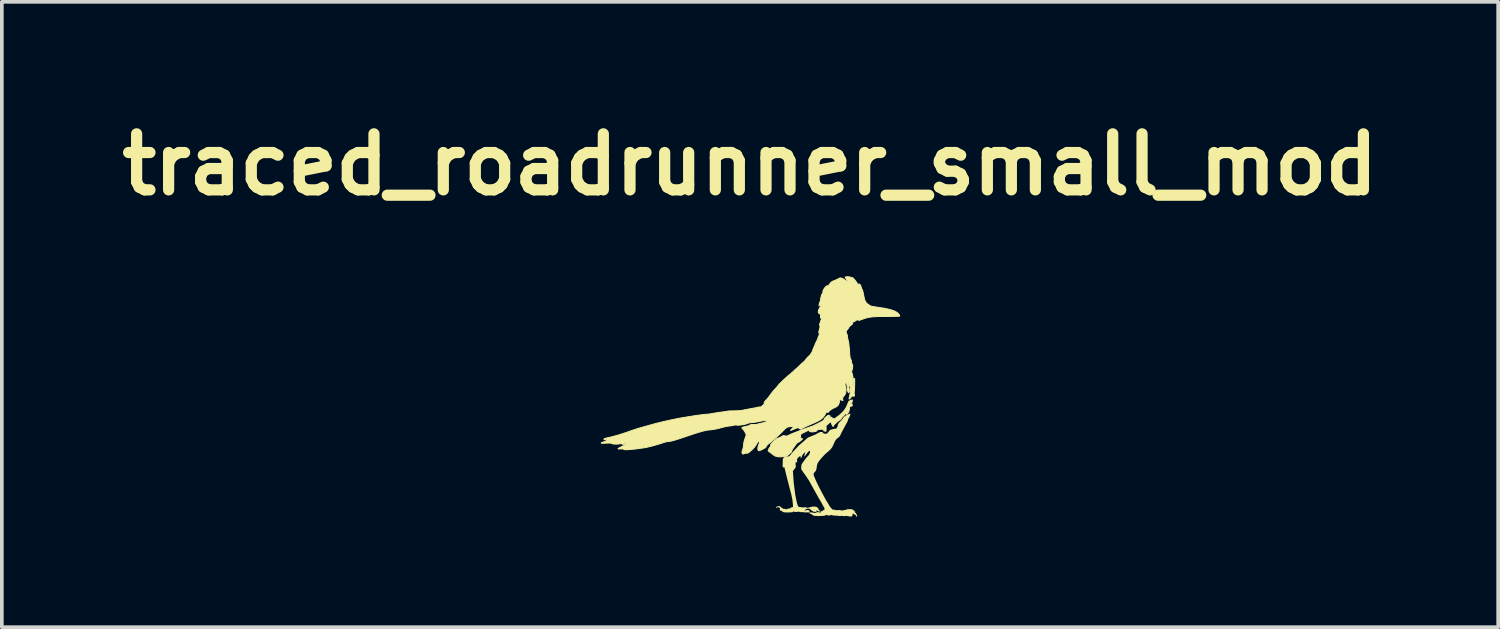
<source format=kicad_pcb>
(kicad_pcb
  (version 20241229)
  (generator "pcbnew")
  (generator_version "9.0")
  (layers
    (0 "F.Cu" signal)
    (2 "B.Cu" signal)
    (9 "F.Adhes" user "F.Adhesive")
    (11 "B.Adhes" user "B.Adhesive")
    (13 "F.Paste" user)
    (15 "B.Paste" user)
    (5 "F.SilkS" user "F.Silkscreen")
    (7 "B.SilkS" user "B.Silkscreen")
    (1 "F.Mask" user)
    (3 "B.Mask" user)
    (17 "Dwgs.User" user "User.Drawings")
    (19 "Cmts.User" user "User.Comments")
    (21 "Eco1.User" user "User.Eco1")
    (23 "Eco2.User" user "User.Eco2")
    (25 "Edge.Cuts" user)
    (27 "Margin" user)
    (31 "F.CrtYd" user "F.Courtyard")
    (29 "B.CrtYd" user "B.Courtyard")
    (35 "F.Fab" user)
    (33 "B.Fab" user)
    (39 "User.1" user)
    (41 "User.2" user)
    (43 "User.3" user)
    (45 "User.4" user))
  (footprint "traced_roadrunner_small_mod"
    (layer "F.Cu")
    (at 17.359 7.746)
    (property "Reference" "traced_roadrunner_small_mod" (at 0 -6.319 0) (layer "F.SilkS") (effects (font (size 1.524 1.524) (thickness 0.305))))
    (attr smd)
    (fp_poly (pts (xy 2.817 -2.369) (xy 2.828 -2.414) (xy 2.82 -2.463) (xy 2.804 -2.437) (xy 2.796 -2.405) (xy 2.784 -2.386) (xy 2.77 -2.365) (xy 2.788 -2.357) (xy 2.817 -2.369) (xy 2.817 -2.369)) (stroke (width 0.026) (type solid)) (fill yes) (layer "F.SilkS"))
    (fp_poly (pts (xy 2.364 -2.361) (xy 2.408 -2.371) (xy 2.458 -2.376) (xy 2.513 -2.383) (xy 2.548 -2.408) (xy 2.573 -2.459) (xy 2.592 -2.507) (xy 2.562 -2.537) (xy 2.539 -2.556) (xy 2.51 -2.564) (xy 2.465 -2.564) (xy 2.393 -2.555) (xy 2.324 -2.54) (xy 2.276 -2.519) (xy 2.251 -2.491) (xy 2.248 -2.458) (xy 2.238 -2.426) (xy 2.223 -2.387) (xy 2.211 -2.349) (xy 2.211 -2.324) (xy 2.229 -2.317) (xy 2.273 -2.328) (xy 2.364 -2.361) (xy 2.364 -2.361)) (stroke (width 0.026) (type solid)) (fill yes) (layer "F.SilkS"))
    (fp_poly (pts (xy 1.429 0.889) (xy 1.451 0.882) (xy 1.469 0.878) (xy 1.503 0.868) (xy 1.573 0.844) (xy 1.625 0.825) (xy 1.668 0.81) (xy 1.693 0.803) (xy 1.715 0.794) (xy 1.755 0.775) (xy 1.807 0.75) (xy 1.865 0.721) (xy 1.921 0.691) (xy 1.971 0.664) (xy 2.005 0.641) (xy 2.012 0.623) (xy 2.026 0.595) (xy 2.065 0.553) (xy 2.114 0.513) (xy 2.137 0.503) (xy 2.162 0.514) (xy 2.186 0.53) (xy 2.143 0.567) (xy 2.115 0.598) (xy 2.125 0.603) (xy 2.168 0.58) (xy 2.211 0.557) (xy 2.242 0.58) (xy 2.281 0.604) (xy 2.302 0.597) (xy 2.336 0.577) (xy 2.378 0.547) (xy 2.425 0.511) (xy 2.47 0.472) (xy 2.512 0.434) (xy 2.547 0.396) (xy 2.576 0.36) (xy 2.601 0.321) (xy 2.627 0.273) (xy 2.65 0.225) (xy 2.666 0.186) (xy 2.672 0.165) (xy 2.689 0.128) (xy 2.736 0.1) (xy 2.783 0.086) (xy 2.787 0.107) (xy 2.768 0.163) (xy 2.773 0.208) (xy 2.788 0.241) (xy 2.753 0.257) (xy 2.715 0.268) (xy 2.706 0.319) (xy 2.698 0.373) (xy 2.68 0.423) (xy 2.653 0.462) (xy 2.627 0.481) (xy 2.621 0.47) (xy 2.638 0.432) (xy 2.653 0.389) (xy 2.624 0.427) (xy 2.608 0.449) (xy 2.58 0.482) (xy 2.542 0.522) (xy 2.5 0.564) (xy 2.47 0.609) (xy 2.426 0.644) (xy 2.382 0.673) (xy 2.35 0.701) (xy 2.328 0.726) (xy 2.303 0.743) (xy 2.276 0.78) (xy 2.268 0.807) (xy 2.251 0.8) (xy 2.233 0.763) (xy 2.211 0.704) (xy 2.191 0.682) (xy 2.172 0.696) (xy 2.136 0.729) (xy 2.097 0.764) (xy 2.072 0.785) (xy 2.065 0.822) (xy 2.074 0.853) (xy 2.069 0.879) (xy 2.07 0.917) (xy 2.066 0.939) (xy 2.045 0.934) (xy 2.015 0.93) (xy 1.998 0.901) (xy 1.986 0.886) (xy 1.927 0.885) (xy 1.863 0.89) (xy 1.835 0.9) (xy 1.822 0.922) (xy 1.79 0.945) (xy 1.754 0.949) (xy 1.7 0.958) (xy 1.666 0.953) (xy 1.641 0.95) (xy 1.618 0.951) (xy 1.632 0.921) (xy 1.644 0.897) (xy 1.605 0.909) (xy 1.546 0.933) (xy 1.508 0.952) (xy 1.484 0.966) (xy 1.447 0.982) (xy 1.411 0.999) (xy 1.391 1.018) (xy 1.37 1.057) (xy 1.377 1.089) (xy 1.384 1.123) (xy 1.376 1.148) (xy 1.4 1.142) (xy 1.431 1.142) (xy 1.41 1.169) (xy 1.386 1.189) (xy 1.357 1.213) (xy 1.33 1.232) (xy 1.308 1.24) (xy 1.281 1.258) (xy 1.239 1.308) (xy 1.215 1.346) (xy 1.199 1.368) (xy 1.184 1.385) (xy 1.167 1.411) (xy 1.142 1.457) (xy 1.128 1.495) (xy 1.12 1.515) (xy 1.083 1.545) (xy 1.054 1.573) (xy 1.023 1.597) (xy 0.98 1.616) (xy 0.918 1.629) (xy 0.85 1.635) (xy 0.796 1.636) (xy 0.747 1.631) (xy 0.703 1.62) (xy 0.664 1.603) (xy 0.632 1.58) (xy 0.591 1.547) (xy 0.544 1.513) (xy 0.508 1.485) (xy 0.493 1.466) (xy 0.503 1.435) (xy 0.526 1.394) (xy 0.55 1.363) (xy 0.57 1.333) (xy 0.559 1.315) (xy 0.564 1.3) (xy 0.591 1.267) (xy 0.632 1.225) (xy 0.678 1.183) (xy 0.718 1.148) (xy 0.743 1.133) (xy 0.78 1.121) (xy 0.802 1.115) (xy 0.81 1.11) (xy 0.848 1.09) (xy 0.898 1.06) (xy 0.926 1.059) (xy 0.963 1.069) (xy 1.006 1.07) (xy 1.037 1.056) (xy 1.061 1.044) (xy 1.106 1.023) (xy 1.166 0.998) (xy 1.233 0.971) (xy 1.307 0.943) (xy 1.358 0.923) (xy 1.386 0.91) (xy 1.395 0.901) (xy 1.429 0.889)) (stroke (width 0.026) (type solid)) (fill yes) (layer "F.SilkS"))
    (fp_poly (pts (xy 2.735 0.453) (xy 2.685 0.475) (xy 2.641 0.492) (xy 2.603 0.512) (xy 2.566 0.539) (xy 2.53 0.58) (xy 2.511 0.61) (xy 2.479 0.646) (xy 2.442 0.685) (xy 2.409 0.724) (xy 2.389 0.76) (xy 2.39 0.79) (xy 2.364 0.847) (xy 2.339 0.87) (xy 2.32 0.871) (xy 2.274 0.877) (xy 2.22 0.889) (xy 2.174 0.909) (xy 2.141 0.948) (xy 2.112 0.984) (xy 2.099 1) (xy 2.065 1.007) (xy 2.002 1.001) (xy 1.98 0.967) (xy 1.95 0.959) (xy 1.904 0.962) (xy 1.848 0.989) (xy 1.808 1.013) (xy 1.793 1.023) (xy 1.576 1.112) (xy 1.326 1.33) (xy 1.309 1.349) (xy 1.266 1.395) (xy 1.213 1.451) (xy 1.165 1.503) (xy 1.139 1.534) (xy 1.117 1.565) (xy 1.086 1.6) (xy 1.059 1.621) (xy 1.028 1.621) (xy 0.991 1.621) (xy 0.948 1.631) (xy 0.913 1.66) (xy 0.893 1.697) (xy 0.892 1.725) (xy 0.89 1.789) (xy 0.889 1.86) (xy 0.888 1.908) (xy 0.913 1.927) (xy 0.938 1.919) (xy 0.941 1.936) (xy 0.948 1.97) (xy 0.96 2.02) (xy 0.975 2.081) (xy 0.992 2.15) (xy 1.011 2.226) (xy 1.031 2.303) (xy 1.051 2.38) (xy 1.07 2.454) (xy 1.087 2.521) (xy 1.102 2.579) (xy 1.114 2.623) (xy 1.121 2.652) (xy 1.124 2.663) (xy 1.143 2.75) (xy 1.156 2.82) (xy 1.166 2.92) (xy 1.17 2.97) (xy 1.165 3.001) (xy 1.142 3.011) (xy 1.114 3.012) (xy 1.107 3.026) (xy 1.104 3.036) (xy 1.08 3.035) (xy 1.073 3.04) (xy 1.043 3.048) (xy 1.035 3.042) (xy 1.019 3.047) (xy 1.006 3.063) (xy 0.998 3.059) (xy 0.981 3.064) (xy 0.98 3.06) (xy 0.964 3.059) (xy 0.947 3.052) (xy 0.929 3.049) (xy 0.914 3.049) (xy 0.902 3.054) (xy 0.897 3.044) (xy 0.887 3.033) (xy 0.876 3.031) (xy 0.87 3.021) (xy 0.86 3.018) (xy 0.851 3.02) (xy 0.845 3.006) (xy 0.832 2.993) (xy 0.812 2.98) (xy 0.794 2.976) (xy 0.766 2.977) (xy 0.743 2.985) (xy 0.722 2.996) (xy 0.71 3.011) (xy 0.704 3.024) (xy 0.706 3.037) (xy 0.713 3.025) (xy 0.725 3.017) (xy 0.744 3.01) (xy 0.767 3.008) (xy 0.794 3.012) (xy 0.811 3.027) (xy 0.819 3.04) (xy 0.813 3.046) (xy 0.811 3.059) (xy 0.811 3.072) (xy 0.813 3.084) (xy 0.827 3.099) (xy 0.855 3.1) (xy 0.869 3.114) (xy 0.88 3.126) (xy 0.904 3.136) (xy 0.919 3.144) (xy 0.944 3.147) (xy 0.969 3.145) (xy 0.987 3.149) (xy 1.002 3.152) (xy 1.031 3.146) (xy 1.044 3.148) (xy 1.08 3.149) (xy 1.098 3.143) (xy 1.116 3.146) (xy 1.151 3.143) (xy 1.178 3.131) (xy 1.184 3.117) (xy 1.195 3.125) (xy 1.213 3.132) (xy 1.259 3.137) (xy 1.295 3.132) (xy 1.316 3.124) (xy 1.339 3.133) (xy 1.369 3.138) (xy 1.407 3.144) (xy 1.413 3.133) (xy 1.441 3.144) (xy 1.466 3.142) (xy 1.488 3.147) (xy 1.528 3.149) (xy 1.565 3.144) (xy 1.583 3.152) (xy 1.609 3.148) (xy 1.616 3.14) (xy 1.619 3.125) (xy 1.625 3.118) (xy 1.616 3.103) (xy 1.596 3.085) (xy 1.566 3.08) (xy 1.539 3.082) (xy 1.516 3.092) (xy 1.502 3.101) (xy 1.495 3.115) (xy 1.492 3.1) (xy 1.499 3.084) (xy 1.513 3.067) (xy 1.537 3.053) (xy 1.564 3.044) (xy 1.596 3.043) (xy 1.618 3.049) (xy 1.64 3.064) (xy 1.655 3.079) (xy 1.663 3.095) (xy 1.674 3.092) (xy 1.685 3.096) (xy 1.691 3.107) (xy 1.705 3.109) (xy 1.717 3.123) (xy 1.722 3.135) (xy 1.736 3.128) (xy 1.754 3.128) (xy 1.775 3.132) (xy 1.794 3.14) (xy 1.801 3.136) (xy 1.809 3.122) (xy 1.813 3.089) (xy 1.856 3.112) (xy 1.875 3.123) (xy 1.893 3.121) (xy 1.902 3.128) (xy 1.908 3.127) (xy 1.904 3.113) (xy 1.886 3.084) (xy 1.863 3.063) (xy 1.833 3.042) (xy 1.85 3.045) (xy 1.879 3.059) (xy 1.855 3.03) (xy 1.828 3.009) (xy 1.799 2.994) (xy 1.77 2.989) (xy 1.744 2.99) (xy 1.737 2.985) (xy 1.708 2.993) (xy 1.702 2.985) (xy 1.667 3.002) (xy 1.664 2.995) (xy 1.633 3.009) (xy 1.633 3.004) (xy 1.602 3.017) (xy 1.599 3.013) (xy 1.556 3.021) (xy 1.554 3.017) (xy 1.526 3.019) (xy 1.522 3.004) (xy 1.489 3.013) (xy 1.483 3.007) (xy 1.45 3.014) (xy 1.447 3.01) (xy 1.401 3.011) (xy 1.4 3.004) (xy 1.323 2.999) (xy 1.291 2.938) (xy 1.272 2.863) (xy 1.254 2.782) (xy 1.23 2.657) (xy 1.19 2.342) (xy 1.167 2.022) (xy 1.185 2) (xy 1.22 1.955) (xy 1.246 1.914) (xy 1.244 1.871) (xy 1.239 1.81) (xy 1.248 1.77) (xy 1.281 1.798) (xy 1.282 1.738) (xy 1.276 1.707) (xy 1.288 1.686) (xy 1.321 1.644) (xy 1.372 1.609) (xy 1.376 1.645) (xy 1.384 1.679) (xy 1.414 1.629) (xy 1.425 1.591) (xy 1.45 1.555) (xy 1.489 1.519) (xy 1.51 1.503) (xy 1.5 1.525) (xy 1.484 1.576) (xy 1.48 1.629) (xy 1.499 1.61) (xy 1.525 1.574) (xy 1.557 1.532) (xy 1.592 1.492) (xy 1.629 1.465) (xy 1.632 1.519) (xy 1.626 1.538) (xy 1.601 1.588) (xy 1.567 1.622) (xy 1.525 1.671) (xy 1.483 1.726) (xy 1.444 1.779) (xy 1.414 1.824) (xy 1.4 1.851) (xy 1.396 1.882) (xy 1.393 1.93) (xy 1.392 1.964) (xy 1.407 1.994) (xy 1.436 2.035) (xy 1.46 2.07) (xy 1.484 2.105) (xy 1.499 2.124) (xy 1.601 2.274) (xy 1.835 2.695) (xy 1.87 2.757) (xy 1.909 2.823) (xy 1.958 2.907) (xy 1.997 2.984) (xy 2.026 3.022) (xy 2.024 3.048) (xy 2.028 3.064) (xy 2.017 3.086) (xy 1.984 3.086) (xy 1.976 3.102) (xy 1.973 3.115) (xy 1.945 3.114) (xy 1.917 3.126) (xy 1.914 3.147) (xy 1.914 3.171) (xy 1.903 3.165) (xy 1.892 3.147) (xy 1.878 3.132) (xy 1.87 3.133) (xy 1.859 3.146) (xy 1.849 3.141) (xy 1.814 3.146) (xy 1.812 3.141) (xy 1.797 3.155) (xy 1.766 3.163) (xy 1.722 3.156) (xy 1.679 3.149) (xy 1.655 3.144) (xy 1.628 3.15) (xy 1.616 3.155) (xy 1.619 3.169) (xy 1.635 3.187) (xy 1.667 3.188) (xy 1.683 3.204) (xy 1.696 3.218) (xy 1.725 3.23) (xy 1.742 3.239) (xy 1.771 3.243) (xy 1.799 3.24) (xy 1.821 3.245) (xy 1.854 3.249) (xy 1.888 3.243) (xy 1.903 3.245) (xy 1.945 3.246) (xy 1.965 3.239) (xy 1.987 3.243) (xy 2.028 3.239) (xy 2.059 3.225) (xy 2.066 3.209) (xy 2.079 3.218) (xy 2.1 3.226) (xy 2.154 3.231) (xy 2.195 3.226) (xy 2.22 3.216) (xy 2.246 3.228) (xy 2.281 3.233) (xy 2.326 3.24) (xy 2.332 3.228) (xy 2.364 3.24) (xy 2.394 3.238) (xy 2.419 3.244) (xy 2.465 3.246) (xy 2.509 3.24) (xy 2.53 3.249) (xy 2.583 3.248) (xy 2.614 3.24) (xy 2.641 3.246) (xy 2.691 3.254) (xy 2.742 3.262) (xy 2.779 3.252) (xy 2.784 3.23) (xy 2.792 3.214) (xy 2.797 3.176) (xy 2.847 3.203) (xy 2.872 3.223) (xy 2.89 3.244) (xy 2.902 3.264) (xy 2.915 3.271) (xy 2.915 3.244) (xy 2.903 3.204) (xy 2.882 3.17) (xy 2.856 3.145) (xy 2.821 3.122) (xy 2.841 3.125) (xy 2.875 3.142) (xy 2.846 3.108) (xy 2.815 3.083) (xy 2.781 3.065) (xy 2.747 3.059) (xy 2.717 3.06) (xy 2.709 3.055) (xy 2.675 3.064) (xy 2.669 3.055) (xy 2.627 3.075) (xy 2.624 3.067) (xy 2.588 3.083) (xy 2.589 3.077) (xy 2.552 3.092) (xy 2.549 3.087) (xy 2.499 3.097) (xy 2.496 3.092) (xy 2.463 3.094) (xy 2.459 3.078) (xy 2.421 3.087) (xy 2.414 3.081) (xy 2.375 3.088) (xy 2.372 3.085) (xy 2.319 3.085) (xy 2.317 3.078) (xy 2.245 3.069) (xy 2.178 2.995) (xy 2.13 2.913) (xy 2.075 2.826) (xy 1.996 2.68) (xy 1.991 2.672) (xy 1.979 2.649) (xy 1.959 2.613) (xy 1.935 2.567) (xy 1.906 2.512) (xy 1.875 2.451) (xy 1.843 2.386) (xy 1.811 2.32) (xy 1.781 2.254) (xy 1.755 2.19) (xy 1.732 2.131) (xy 1.73 2.094) (xy 1.748 2.065) (xy 1.775 2.037) (xy 1.798 2) (xy 1.809 1.958) (xy 1.817 1.905) (xy 1.826 1.852) (xy 1.84 1.811) (xy 1.874 1.758) (xy 1.918 1.701) (xy 1.966 1.646) (xy 2.01 1.599) (xy 2.041 1.567) (xy 2.053 1.554) (xy 2.066 1.544) (xy 2.098 1.517) (xy 2.14 1.481) (xy 2.183 1.44) (xy 2.217 1.401) (xy 2.243 1.362) (xy 2.263 1.32) (xy 2.282 1.277) (xy 2.301 1.234) (xy 2.323 1.193) (xy 2.349 1.155) (xy 2.39 1.123) (xy 2.431 1.091) (xy 2.465 1.033) (xy 2.481 0.995) (xy 2.545 0.874) (xy 2.652 0.678) (xy 2.681 0.589) (xy 2.694 0.572) (xy 2.719 0.525) (xy 2.735 0.453) (xy 2.735 0.453)) (stroke (width 0) (type solid)) (fill yes) (layer "F.SilkS"))
    (fp_poly (pts (xy 1.374 0.881) (xy 1.334 0.862) (xy 1.323 0.845) (xy 1.301 0.843) (xy 1.261 0.855) (xy 1.192 0.883) (xy 1.135 0.907) (xy 1.105 0.917) (xy 1.108 0.904) (xy 1.137 0.875) (xy 1.172 0.85) (xy 1.184 0.831) (xy 1.151 0.82) (xy 1.135 0.813) (xy 1.125 0.81) (xy 1.111 0.811) (xy 1.082 0.815) (xy 1.028 0.822) (xy 1.002 0.841) (xy 0.985 0.851) (xy 0.974 0.857) (xy 0.966 0.862) (xy 0.958 0.868) (xy 0.946 0.879) (xy 0.926 0.9) (xy 0.895 0.931) (xy 0.851 0.979) (xy 0.81 1.018) (xy 0.766 1.059) (xy 0.721 1.1) (xy 0.678 1.139) (xy 0.637 1.175) (xy 0.6 1.205) (xy 0.57 1.23) (xy 0.513 1.274) (xy 0.476 1.307) (xy 0.453 1.333) (xy 0.44 1.356) (xy 0.424 1.386) (xy 0.406 1.396) (xy 0.382 1.403) (xy 0.357 1.422) (xy 0.31 1.445) (xy 0.263 1.465) (xy 0.235 1.471) (xy 0.217 1.447) (xy 0.213 1.402) (xy 0.223 1.344) (xy 0.246 1.285) (xy 0.253 1.231) (xy 0.235 1.2) (xy 0.215 1.222) (xy 0.184 1.276) (xy 0.162 1.316) (xy 0.137 1.353) (xy 0.105 1.39) (xy 0.063 1.433) (xy 0.001 1.491) (xy -0.043 1.525) (xy -0.074 1.538) (xy -0.099 1.534) (xy -0.146 1.543) (xy -0.181 1.56) (xy -0.205 1.554) (xy -0.218 1.528) (xy -0.217 1.487) (xy -0.2 1.435) (xy -0.188 1.402) (xy -0.18 1.36) (xy -0.175 1.313) (xy -0.171 1.271) (xy -0.164 1.23) (xy -0.152 1.185) (xy -0.136 1.135) (xy -0.101 1.036) (xy -0.128 0.977) (xy -0.147 0.942) (xy -0.17 0.908) (xy -0.193 0.882) (xy -0.223 0.85) (xy -0.217 0.837) (xy -0.176 0.822) (xy -0.117 0.807) (xy -0.074 0.8) (xy -0.05 0.793) (xy -0.016 0.777) (xy 0.015 0.762) (xy 0.048 0.756) (xy 0.097 0.757) (xy 0.16 0.756) (xy 0.204 0.746) (xy 0.246 0.733) (xy 0.3 0.722) (xy 0.355 0.71) (xy 0.412 0.69) (xy 0.456 0.67) (xy 0.473 0.652) (xy 0.458 0.646) (xy 0.417 0.646) (xy 0.361 0.652) (xy 0.299 0.662) (xy 0.239 0.675) (xy 0.203 0.683) (xy 0.158 0.691) (xy 0.112 0.697) (xy 0.068 0.701) (xy 0.016 0.706) (xy -0.027 0.712) (xy -0.05 0.719) (xy -0.093 0.736) (xy -0.153 0.752) (xy -0.219 0.765) (xy -0.284 0.773) (xy -0.336 0.775) (xy -0.368 0.77) (xy -0.392 0.767) (xy -0.432 0.774) (xy -0.484 0.786) (xy -0.541 0.794) (xy -0.585 0.799) (xy -0.635 0.807) (xy -0.688 0.818) (xy -0.741 0.831) (xy -0.792 0.845) (xy -0.845 0.859) (xy -0.9 0.872) (xy -0.955 0.883) (xy -1.009 0.893) (xy -1.059 0.9) (xy -1.105 0.904) (xy -1.133 0.906) (xy -1.164 0.911) (xy -1.198 0.917) (xy -1.236 0.925) (xy -1.278 0.935) (xy -1.325 0.948) (xy -1.377 0.963) (xy -1.434 0.98) (xy -1.498 1) (xy -1.567 1.023) (xy -1.643 1.048) (xy -1.725 1.076) (xy -1.807 1.104) (xy -1.882 1.129) (xy -1.948 1.15) (xy -2.008 1.169) (xy -2.06 1.184) (xy -2.105 1.197) (xy -2.144 1.206) (xy -2.177 1.213) (xy -2.204 1.217) (xy -2.225 1.218) (xy -2.259 1.222) (xy -2.306 1.233) (xy -2.357 1.249) (xy -2.408 1.266) (xy -2.463 1.284) (xy -2.522 1.301) (xy -2.583 1.319) (xy -2.643 1.335) (xy -2.701 1.351) (xy -2.757 1.364) (xy -2.807 1.376) (xy -2.851 1.385) (xy -2.887 1.39) (xy -2.948 1.399) (xy -3.008 1.407) (xy -3.055 1.414) (xy -3.091 1.419) (xy -3.142 1.424) (xy -3.201 1.43) (xy -3.262 1.435) (xy -3.34 1.441) (xy -3.387 1.443) (xy -3.413 1.439) (xy -3.43 1.431) (xy -3.464 1.42) (xy -3.523 1.421) (xy -3.58 1.422) (xy -3.592 1.41) (xy -3.555 1.389) (xy -3.525 1.374) (xy -3.503 1.36) (xy -3.482 1.349) (xy -3.444 1.334) (xy -3.396 1.318) (xy -3.335 1.298) (xy -3.315 1.285) (xy -3.343 1.284) (xy -3.395 1.289) (xy -3.445 1.295) (xy -3.476 1.295) (xy -3.479 1.291) (xy -3.45 1.283) (xy -3.414 1.274) (xy -3.382 1.263) (xy -3.353 1.25) (xy -3.382 1.249) (xy -3.424 1.255) (xy -3.485 1.27) (xy -3.533 1.28) (xy -3.588 1.287) (xy -3.644 1.289) (xy -3.695 1.288) (xy -3.735 1.283) (xy -3.758 1.273) (xy -3.778 1.264) (xy -3.815 1.26) (xy -3.873 1.26) (xy -3.956 1.265) (xy -4.013 1.267) (xy -4.045 1.264) (xy -4.05 1.257) (xy -4.028 1.245) (xy -3.981 1.228) (xy -3.917 1.206) (xy -3.886 1.188) (xy -3.889 1.175) (xy -3.929 1.171) (xy -3.974 1.163) (xy -3.971 1.144) (xy -3.934 1.131) (xy -3.863 1.113) (xy -3.818 1.103) (xy -3.772 1.092) (xy -3.725 1.08) (xy -3.677 1.067) (xy -3.628 1.054) (xy -3.577 1.039) (xy -3.524 1.023) (xy -3.47 1.005) (xy -3.413 0.987) (xy -3.354 0.967) (xy -3.291 0.945) (xy -3.226 0.922) (xy -3.179 0.906) (xy -3.124 0.888) (xy -3.066 0.869) (xy -3.009 0.852) (xy -2.958 0.837) (xy -2.92 0.827) (xy -2.876 0.814) (xy -2.827 0.801) (xy -2.775 0.786) (xy -2.723 0.772) (xy -2.672 0.758) (xy -2.625 0.744) (xy -2.58 0.732) (xy -2.53 0.719) (xy -2.476 0.706) (xy -2.419 0.692) (xy -2.36 0.678) (xy -2.299 0.664) (xy -2.237 0.65) (xy -2.175 0.636) (xy -2.113 0.623) (xy -2.053 0.611) (xy -1.996 0.599) (xy -1.941 0.588) (xy -1.89 0.579) (xy -1.844 0.571) (xy -1.804 0.564) (xy -1.752 0.556) (xy -1.702 0.548) (xy -1.658 0.541) (xy -1.628 0.536) (xy -1.573 0.527) (xy -1.51 0.517) (xy -1.443 0.507) (xy -1.375 0.498) (xy -1.312 0.49) (xy -1.256 0.483) (xy -1.214 0.479) (xy -1.188 0.477) (xy -1.14 0.474) (xy -1.093 0.468) (xy -1.044 0.459) (xy -0.994 0.451) (xy -0.943 0.442) (xy -0.891 0.434) (xy -0.839 0.426) (xy -0.788 0.419) (xy -0.739 0.413) (xy -0.676 0.404) (xy -0.629 0.396) (xy -0.607 0.391) (xy -0.59 0.389) (xy -0.551 0.386) (xy -0.496 0.385) (xy -0.431 0.384) (xy -0.365 0.382) (xy -0.31 0.38) (xy -0.264 0.377) (xy -0.225 0.372) (xy -0.191 0.365) (xy -0.122 0.351) (xy -0.065 0.34) (xy -0.019 0.331) (xy 0.016 0.325) (xy 0.044 0.32) (xy 0.064 0.316) (xy 0.079 0.313) (xy 0.09 0.312) (xy 0.098 0.31) (xy 0.105 0.309) (xy 0.112 0.308) (xy 0.121 0.306) (xy 0.133 0.303) (xy 0.15 0.3) (xy 0.172 0.295) (xy 0.203 0.288) (xy 0.242 0.279) (xy 0.295 0.278) (xy 0.33 0.25) (xy 0.357 0.225) (xy 0.38 0.21) (xy 0.386 0.194) (xy 0.385 0.155) (xy 0.415 0.113) (xy 0.437 0.092) (xy 0.47 0.055) (xy 0.508 0.009) (xy 0.544 -0.039) (xy 0.574 -0.081) (xy 0.594 -0.108) (xy 0.621 -0.142) (xy 0.652 -0.178) (xy 0.683 -0.212) (xy 0.721 -0.253) (xy 0.749 -0.286) (xy 0.762 -0.304) (xy 0.776 -0.323) (xy 0.81 -0.359) (xy 0.858 -0.406) (xy 0.913 -0.459) (xy 0.968 -0.51) (xy 1.018 -0.555) (xy 1.057 -0.588) (xy 1.077 -0.602) (xy 1.115 -0.633) (xy 1.134 -0.655) (xy 1.158 -0.672) (xy 1.191 -0.703) (xy 1.227 -0.739) (xy 1.253 -0.758) (xy 1.291 -0.792) (xy 1.332 -0.832) (xy 1.375 -0.873) (xy 1.415 -0.91) (xy 1.444 -0.934) (xy 1.468 -0.956) (xy 1.497 -0.986) (xy 1.523 -1.019) (xy 1.549 -1.052) (xy 1.577 -1.083) (xy 1.602 -1.106) (xy 1.632 -1.134) (xy 1.652 -1.16) (xy 1.667 -1.185) (xy 1.685 -1.211) (xy 1.705 -1.256) (xy 1.715 -1.292) (xy 1.739 -1.348) (xy 1.763 -1.401) (xy 1.773 -1.43) (xy 1.785 -1.458) (xy 1.812 -1.512) (xy 1.84 -1.569) (xy 1.851 -1.607) (xy 1.857 -1.632) (xy 1.872 -1.658) (xy 1.888 -1.686) (xy 1.88 -1.723) (xy 1.872 -1.76) (xy 1.878 -1.793) (xy 1.899 -1.863) (xy 1.906 -1.908) (xy 1.902 -1.929) (xy 1.891 -1.965) (xy 1.91 -2.02) (xy 1.924 -2.053) (xy 1.929 -2.077) (xy 1.951 -2.121) (xy 1.973 -2.145) (xy 1.947 -2.138) (xy 1.916 -2.142) (xy 1.92 -2.172) (xy 1.92 -2.206) (xy 1.915 -2.239) (xy 1.896 -2.259) (xy 1.867 -2.272) (xy 1.856 -2.306) (xy 1.865 -2.358) (xy 1.89 -2.409) (xy 1.904 -2.433) (xy 1.914 -2.446) (xy 1.928 -2.464) (xy 1.949 -2.5) (xy 1.942 -2.511) (xy 1.913 -2.489) (xy 1.879 -2.472) (xy 1.88 -2.502) (xy 1.89 -2.546) (xy 1.897 -2.57) (xy 1.911 -2.596) (xy 1.921 -2.642) (xy 1.924 -2.685) (xy 1.935 -2.711) (xy 1.939 -2.741) (xy 1.945 -2.771) (xy 1.964 -2.797) (xy 1.982 -2.821) (xy 1.983 -2.85) (xy 1.987 -2.886) (xy 2.019 -2.943) (xy 2.05 -2.984) (xy 2.076 -3.007) (xy 2.11 -3.022) (xy 2.148 -3.038) (xy 2.162 -3.057) (xy 2.191 -3.101) (xy 2.228 -3.129) (xy 2.252 -3.143) (xy 2.299 -3.164) (xy 2.331 -3.174) (xy 2.358 -3.189) (xy 2.399 -3.207) (xy 2.428 -3.223) (xy 2.451 -3.234) (xy 2.485 -3.23) (xy 2.528 -3.213) (xy 2.574 -3.184) (xy 2.621 -3.145) (xy 2.651 -3.12) (xy 2.662 -3.121) (xy 2.653 -3.147) (xy 2.623 -3.195) (xy 2.587 -3.255) (xy 2.598 -3.26) (xy 2.625 -3.262) (xy 2.665 -3.267) (xy 2.726 -3.256) (xy 2.754 -3.248) (xy 2.782 -3.242) (xy 2.803 -3.231) (xy 2.83 -3.204) (xy 2.866 -3.161) (xy 2.896 -3.119) (xy 2.921 -3.084) (xy 2.936 -3.061) (xy 2.957 -3.054) (xy 2.976 -3.07) (xy 2.994 -3.054) (xy 3.015 -3.017) (xy 3.029 -2.974) (xy 3.038 -2.944) (xy 3.05 -2.922) (xy 3.059 -2.908) (xy 3.067 -2.882) (xy 3.078 -2.841) (xy 3.09 -2.781) (xy 3.106 -2.699) (xy 3.119 -2.647) (xy 3.132 -2.611) (xy 3.165 -2.556) (xy 3.187 -2.53) (xy 3.207 -2.523) (xy 3.238 -2.501) (xy 3.247 -2.488) (xy 3.266 -2.476) (xy 3.3 -2.466) (xy 3.354 -2.454) (xy 3.433 -2.441) (xy 3.542 -2.425) (xy 3.612 -2.415) (xy 3.677 -2.403) (xy 3.736 -2.391) (xy 3.791 -2.378) (xy 3.84 -2.365) (xy 3.884 -2.35) (xy 3.924 -2.335) (xy 3.959 -2.318) (xy 3.99 -2.301) (xy 4.034 -2.266) (xy 4.067 -2.226) (xy 4.076 -2.196) (xy 4.067 -2.193) (xy 4.042 -2.19) (xy 4.001 -2.188) (xy 3.943 -2.187) (xy 3.868 -2.186) (xy 3.776 -2.185) (xy 3.68 -2.185) (xy 3.595 -2.184) (xy 3.519 -2.183) (xy 3.453 -2.181) (xy 3.395 -2.178) (xy 3.343 -2.175) (xy 3.298 -2.17) (xy 3.256 -2.165) (xy 3.219 -2.158) (xy 3.184 -2.15) (xy 3.151 -2.141) (xy 3.118 -2.13) (xy 3.085 -2.118) (xy 3.037 -2.101) (xy 2.995 -2.086) (xy 2.966 -2.078) (xy 2.939 -2.087) (xy 2.927 -2.103) (xy 2.89 -2.079) (xy 2.866 -2.061) (xy 2.841 -2.049) (xy 2.802 -2.032) (xy 2.794 -2.006) (xy 2.781 -1.97) (xy 2.735 -1.936) (xy 2.709 -1.914) (xy 2.687 -1.881) (xy 2.665 -1.845) (xy 2.64 -1.816) (xy 2.618 -1.786) (xy 2.621 -1.734) (xy 2.639 -1.697) (xy 2.647 -1.676) (xy 2.65 -1.659) (xy 2.652 -1.632) (xy 2.66 -1.58) (xy 2.669 -1.545) (xy 2.68 -1.502) (xy 2.689 -1.455) (xy 2.693 -1.408) (xy 2.697 -1.359) (xy 2.703 -1.32) (xy 2.708 -1.282) (xy 2.711 -1.237) (xy 2.713 -1.171) (xy 2.718 -1.112) (xy 2.725 -1.064) (xy 2.734 -1.03) (xy 2.745 -1.012) (xy 2.756 -0.993) (xy 2.76 -0.957) (xy 2.765 -0.919) (xy 2.779 -0.892) (xy 2.792 -0.864) (xy 2.795 -0.824) (xy 2.789 -0.773) (xy 2.774 -0.716) (xy 2.762 -0.67) (xy 2.773 -0.652) (xy 2.789 -0.606) (xy 2.792 -0.573) (xy 2.8 -0.542) (xy 2.805 -0.509) (xy 2.796 -0.47) (xy 2.787 -0.432) (xy 2.791 -0.403) (xy 2.795 -0.349) (xy 2.798 -0.306) (xy 2.814 -0.332) (xy 2.815 -0.382) (xy 2.813 -0.411) (xy 2.819 -0.458) (xy 2.829 -0.491) (xy 2.844 -0.498) (xy 2.848 -0.476) (xy 2.849 -0.427) (xy 2.849 -0.36) (xy 2.847 -0.286) (xy 2.844 -0.213) (xy 2.839 -0.151) (xy 2.833 -0.111) (xy 2.838 -0.07) (xy 2.844 -0.037) (xy 2.834 -0.016) (xy 2.806 -0.016) (xy 2.782 -0.018) (xy 2.76 -0.002) (xy 2.722 0.047) (xy 2.702 0.065) (xy 2.694 0.053) (xy 2.702 0.015) (xy 2.711 -0.018) (xy 2.718 -0.056) (xy 2.726 -0.101) (xy 2.732 -0.152) (xy 2.737 -0.209) (xy 2.739 -0.272) (xy 2.727 -0.285) (xy 2.714 -0.297) (xy 2.711 -0.349) (xy 2.709 -0.394) (xy 2.703 -0.412) (xy 2.69 -0.388) (xy 2.686 -0.33) (xy 2.692 -0.261) (xy 2.699 -0.213) (xy 2.703 -0.189) (xy 2.703 -0.145) (xy 2.685 -0.111) (xy 2.669 -0.124) (xy 2.657 -0.159) (xy 2.648 -0.22) (xy 2.64 -0.312) (xy 2.627 -0.37) (xy 2.599 -0.379) (xy 2.586 -0.363) (xy 2.589 -0.312) (xy 2.597 -0.264) (xy 2.605 -0.235) (xy 2.612 -0.204) (xy 2.613 -0.162) (xy 2.606 -0.116) (xy 2.592 -0.073) (xy 2.569 -0.032) (xy 2.544 -0.007) (xy 2.525 0.02) (xy 2.522 0.062) (xy 2.528 0.107) (xy 2.492 0.092) (xy 2.442 0.076) (xy 2.434 0.139) (xy 2.421 0.186) (xy 2.405 0.222) (xy 2.384 0.248) (xy 2.358 0.268) (xy 2.329 0.285) (xy 2.296 0.3) (xy 2.259 0.318) (xy 2.218 0.34) (xy 2.174 0.371) (xy 2.141 0.41) (xy 2.119 0.428) (xy 2.078 0.413) (xy 2.058 0.457) (xy 2.036 0.496) (xy 2.013 0.53) (xy 1.989 0.56) (xy 1.962 0.586) (xy 1.933 0.61) (xy 1.901 0.632) (xy 1.866 0.653) (xy 1.828 0.673) (xy 1.785 0.693) (xy 1.738 0.714) (xy 1.686 0.736) (xy 1.629 0.761) (xy 1.566 0.789) (xy 1.498 0.82) (xy 1.423 0.855) (xy 1.374 0.881)) (stroke (width 0.026) (type solid)) (fill yes) (layer "F.SilkS")))
  (gr_rect
    (start -3 -3)
    (end 37.718 14.017)
    (stroke (width 0.1) (type default))
    (fill no)
    (layer "Edge.Cuts")))
</source>
